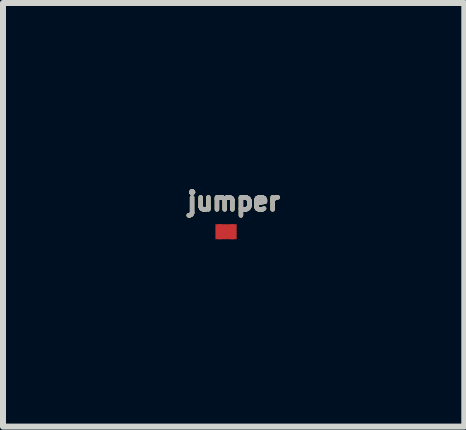
<source format=kicad_pcb>
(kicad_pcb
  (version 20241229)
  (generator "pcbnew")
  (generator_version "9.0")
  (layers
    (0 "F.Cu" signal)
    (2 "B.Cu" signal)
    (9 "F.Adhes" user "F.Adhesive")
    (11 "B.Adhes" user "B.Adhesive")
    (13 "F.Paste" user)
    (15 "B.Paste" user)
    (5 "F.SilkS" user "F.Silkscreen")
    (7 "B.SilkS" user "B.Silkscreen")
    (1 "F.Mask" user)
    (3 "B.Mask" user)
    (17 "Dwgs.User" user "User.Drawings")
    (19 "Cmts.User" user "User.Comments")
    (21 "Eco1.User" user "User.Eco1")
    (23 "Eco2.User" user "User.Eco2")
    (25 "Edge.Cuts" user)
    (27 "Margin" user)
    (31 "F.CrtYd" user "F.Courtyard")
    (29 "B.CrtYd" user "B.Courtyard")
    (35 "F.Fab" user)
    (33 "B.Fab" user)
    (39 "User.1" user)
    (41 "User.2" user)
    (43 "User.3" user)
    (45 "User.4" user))
  (footprint "jumper"
    (layer "F.Cu")
    (at 0.593 0.815)
    (property "Reference" "jumper" (at 0.254 -0.508 0) (unlocked yes) (layer "F.SilkS") (effects (font (size 0.3 0.3) (thickness 0.075))))
    (attr smd)
    (fp_poly (pts (xy 0.254 0.125) (xy 0 0.125) (xy 0 -0.125) (xy 0.254 -0.125)) (stroke (width 0) (type solid)) (fill yes) (layer "F.Cu"))
    (fp_text user "${REFERENCE}" (at 0.254 -0.508 0) (unlocked yes) (layer "F.Fab") (effects (font (size 0.3 0.3) (thickness 0.075))))
    (pad "1" smd rect (at 0.254 0) (size 0.1 0.25) (layers "F.Cu"))
    (pad "2" smd rect (at 0 0) (size 0.1 0.25) (layers "F.Cu")))
  (gr_rect
    (start -3 -3)
    (end 4.694 4.065)
    (stroke (width 0.1) (type default))
    (fill no)
    (layer "Edge.Cuts")))
</source>
